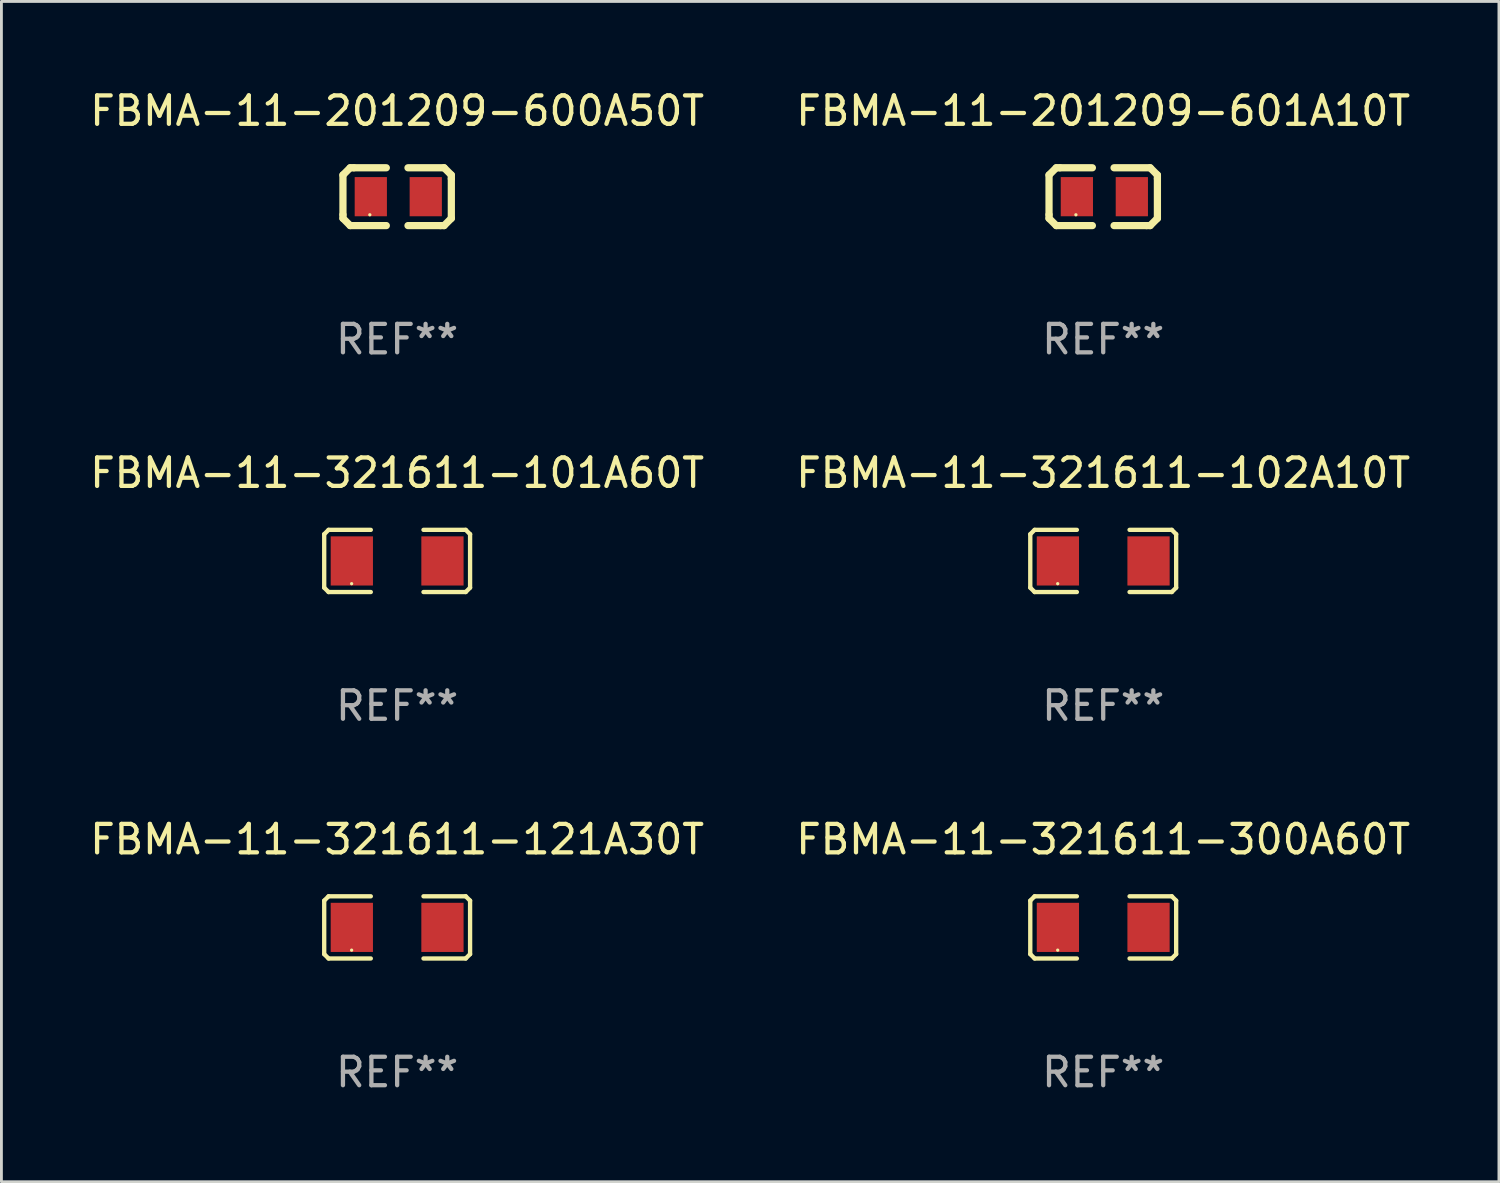
<source format=kicad_pcb>
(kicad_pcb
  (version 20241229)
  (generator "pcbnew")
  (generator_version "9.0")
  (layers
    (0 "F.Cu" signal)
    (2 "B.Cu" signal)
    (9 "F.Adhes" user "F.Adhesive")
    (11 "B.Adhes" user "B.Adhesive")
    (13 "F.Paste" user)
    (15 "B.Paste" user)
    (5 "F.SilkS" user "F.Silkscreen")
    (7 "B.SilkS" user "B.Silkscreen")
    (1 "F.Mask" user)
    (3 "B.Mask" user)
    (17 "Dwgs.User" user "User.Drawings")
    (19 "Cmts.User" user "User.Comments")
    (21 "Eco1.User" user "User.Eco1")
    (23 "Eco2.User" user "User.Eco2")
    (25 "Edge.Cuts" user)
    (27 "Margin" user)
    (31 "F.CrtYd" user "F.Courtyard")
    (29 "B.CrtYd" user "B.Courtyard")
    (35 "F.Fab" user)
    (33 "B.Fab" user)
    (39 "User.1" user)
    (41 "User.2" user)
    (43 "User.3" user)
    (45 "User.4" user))
  (footprint "FBMA-11-201209-600A50T"
    (layer "F.Cu")
    (at 10.911 3.864)
    (property "Reference" "FBMA-11-201209-600A50T" (at 0 -3.016 0) (layer "F.SilkS") (effects (font (size 1 1) (thickness 0.15))))
    (attr through_hole)
    (fp_line (start -1.905 -0.762) (end -1.905 0.635) (stroke (width 0.254) (type solid)) (layer "F.SilkS"))
    (fp_line (start -1.905 0.635) (end -1.905 0.762) (stroke (width 0.254) (type solid)) (layer "F.SilkS"))
    (fp_line (start -1.905 0.762) (end -1.651 1.016) (stroke (width 0.254) (type solid)) (layer "F.SilkS"))
    (fp_line (start -1.651 -1.016) (end -1.905 -0.762) (stroke (width 0.254) (type solid)) (layer "F.SilkS"))
    (fp_line (start -1.651 1.016) (end -0.381 1.016) (stroke (width 0.254) (type solid)) (layer "F.SilkS"))
    (fp_line (start -1.524 -1.016) (end -1.651 -1.016) (stroke (width 0.254) (type solid)) (layer "F.SilkS"))
    (fp_line (start -0.381 -1.016) (end -1.524 -1.016) (stroke (width 0.254) (type solid)) (layer "F.SilkS"))
    (fp_line (start 0.381 1.016) (end 1.524 1.016) (stroke (width 0.254) (type solid)) (layer "F.SilkS"))
    (fp_line (start 1.524 1.016) (end 1.651 1.016) (stroke (width 0.254) (type solid)) (layer "F.SilkS"))
    (fp_line (start 1.651 -1.016) (end 0.381 -1.016) (stroke (width 0.254) (type solid)) (layer "F.SilkS"))
    (fp_line (start 1.651 1.016) (end 1.905 0.762) (stroke (width 0.254) (type solid)) (layer "F.SilkS"))
    (fp_line (start 1.905 -0.762) (end 1.651 -1.016) (stroke (width 0.254) (type solid)) (layer "F.SilkS"))
    (fp_line (start 1.905 -0.635) (end 1.905 -0.762) (stroke (width 0.254) (type solid)) (layer "F.SilkS"))
    (fp_line (start 1.905 0.762) (end 1.905 -0.635) (stroke (width 0.254) (type solid)) (layer "F.SilkS"))
    (fp_circle (center -0.96 0.637) (end -0.93 0.637) (stroke (width 0.06) (type solid)) (fill no) (layer "F.SilkS"))
    (fp_text user "REF**" (at 0 5.016 0) (layer "F.Fab") (effects (font (size 1 1) (thickness 0.15))))
    (pad "1" smd rect (at -0.926 -0.000051) (size 1.133 1.377) (layers "F.Cu" "F.Mask" "F.Paste"))
    (pad "2" smd rect (at 1.006 -0.000051) (size 1.133 1.377) (layers "F.Cu" "F.Mask" "F.Paste")))
  (footprint "FBMA-11-201209-601A10T"
    (layer "F.Cu")
    (at 35.732 3.864)
    (property "Reference" "FBMA-11-201209-601A10T" (at 0 -3.016 0) (layer "F.SilkS") (effects (font (size 1 1) (thickness 0.15))))
    (attr through_hole)
    (fp_line (start -1.905 -0.762) (end -1.905 0.635) (stroke (width 0.254) (type solid)) (layer "F.SilkS"))
    (fp_line (start -1.905 0.635) (end -1.905 0.762) (stroke (width 0.254) (type solid)) (layer "F.SilkS"))
    (fp_line (start -1.905 0.762) (end -1.651 1.016) (stroke (width 0.254) (type solid)) (layer "F.SilkS"))
    (fp_line (start -1.651 -1.016) (end -1.905 -0.762) (stroke (width 0.254) (type solid)) (layer "F.SilkS"))
    (fp_line (start -1.651 1.016) (end -0.381 1.016) (stroke (width 0.254) (type solid)) (layer "F.SilkS"))
    (fp_line (start -1.524 -1.016) (end -1.651 -1.016) (stroke (width 0.254) (type solid)) (layer "F.SilkS"))
    (fp_line (start -0.381 -1.016) (end -1.524 -1.016) (stroke (width 0.254) (type solid)) (layer "F.SilkS"))
    (fp_line (start 0.381 1.016) (end 1.524 1.016) (stroke (width 0.254) (type solid)) (layer "F.SilkS"))
    (fp_line (start 1.524 1.016) (end 1.651 1.016) (stroke (width 0.254) (type solid)) (layer "F.SilkS"))
    (fp_line (start 1.651 -1.016) (end 0.381 -1.016) (stroke (width 0.254) (type solid)) (layer "F.SilkS"))
    (fp_line (start 1.651 1.016) (end 1.905 0.762) (stroke (width 0.254) (type solid)) (layer "F.SilkS"))
    (fp_line (start 1.905 -0.762) (end 1.651 -1.016) (stroke (width 0.254) (type solid)) (layer "F.SilkS"))
    (fp_line (start 1.905 -0.635) (end 1.905 -0.762) (stroke (width 0.254) (type solid)) (layer "F.SilkS"))
    (fp_line (start 1.905 0.762) (end 1.905 -0.635) (stroke (width 0.254) (type solid)) (layer "F.SilkS"))
    (fp_circle (center -0.96 0.637) (end -0.93 0.637) (stroke (width 0.06) (type solid)) (fill no) (layer "F.SilkS"))
    (fp_text user "REF**" (at 0 5.016 0) (layer "F.Fab") (effects (font (size 1 1) (thickness 0.15))))
    (pad "1" smd rect (at -0.926 -0.000051) (size 1.133 1.377) (layers "F.Cu" "F.Mask" "F.Paste"))
    (pad "2" smd rect (at 1.006 -0.000051) (size 1.133 1.377) (layers "F.Cu" "F.Mask" "F.Paste")))
  (footprint "FBMA-11-321611-121A30T"
    (layer "F.Cu")
    (at 10.911 29.551)
    (property "Reference" "FBMA-11-321611-121A30T" (at 0 -3.093 0) (layer "F.SilkS") (effects (font (size 1 1) (thickness 0.15))))
    (attr through_hole)
    (fp_line (start -2.564 -0.94) (end -2.411 -1.093) (stroke (width 0.152) (type solid)) (layer "F.SilkS"))
    (fp_line (start -2.564 0.94) (end -2.564 -0.94) (stroke (width 0.152) (type solid)) (layer "F.SilkS"))
    (fp_line (start -2.411 -1.093) (end -0.926 -1.093) (stroke (width 0.152) (type solid)) (layer "F.SilkS"))
    (fp_line (start -2.411 1.093) (end -2.564 0.94) (stroke (width 0.152) (type solid)) (layer "F.SilkS"))
    (fp_line (start -0.926 1.093) (end -2.411 1.093) (stroke (width 0.152) (type solid)) (layer "F.SilkS"))
    (fp_line (start 0.926 1.093) (end 2.411 1.093) (stroke (width 0.152) (type solid)) (layer "F.SilkS"))
    (fp_line (start 2.411 -1.093) (end 0.926 -1.093) (stroke (width 0.152) (type solid)) (layer "F.SilkS"))
    (fp_line (start 2.411 1.093) (end 2.564 0.94) (stroke (width 0.152) (type solid)) (layer "F.SilkS"))
    (fp_line (start 2.564 -0.94) (end 2.411 -1.093) (stroke (width 0.152) (type solid)) (layer "F.SilkS"))
    (fp_line (start 2.564 0.94) (end 2.564 -0.94) (stroke (width 0.152) (type solid)) (layer "F.SilkS"))
    (fp_circle (center -1.6 0.8) (end -1.57 0.8) (stroke (width 0.06) (type solid)) (fill no) (layer "F.SilkS"))
    (fp_text user "REF**" (at 0 5.093 0) (layer "F.Fab") (effects (font (size 1 1) (thickness 0.15))))
    (pad "1" smd rect (at -1.593 0) (size 1.485 1.728) (layers "F.Cu" "F.Mask" "F.Paste"))
    (pad "2" smd rect (at 1.593 0) (size 1.485 1.728) (layers "F.Cu" "F.Mask" "F.Paste")))
  (footprint "FBMA-11-321611-101A60T"
    (layer "F.Cu")
    (at 10.911 16.669)
    (property "Reference" "FBMA-11-321611-101A60T" (at 0 -3.093 0) (layer "F.SilkS") (effects (font (size 1 1) (thickness 0.15))))
    (attr through_hole)
    (fp_line (start -2.564 -0.94) (end -2.411 -1.093) (stroke (width 0.152) (type solid)) (layer "F.SilkS"))
    (fp_line (start -2.564 0.94) (end -2.564 -0.94) (stroke (width 0.152) (type solid)) (layer "F.SilkS"))
    (fp_line (start -2.411 -1.093) (end -0.926 -1.093) (stroke (width 0.152) (type solid)) (layer "F.SilkS"))
    (fp_line (start -2.411 1.093) (end -2.564 0.94) (stroke (width 0.152) (type solid)) (layer "F.SilkS"))
    (fp_line (start -0.926 1.093) (end -2.411 1.093) (stroke (width 0.152) (type solid)) (layer "F.SilkS"))
    (fp_line (start 0.926 1.093) (end 2.411 1.093) (stroke (width 0.152) (type solid)) (layer "F.SilkS"))
    (fp_line (start 2.411 -1.093) (end 0.926 -1.093) (stroke (width 0.152) (type solid)) (layer "F.SilkS"))
    (fp_line (start 2.411 1.093) (end 2.564 0.94) (stroke (width 0.152) (type solid)) (layer "F.SilkS"))
    (fp_line (start 2.564 -0.94) (end 2.411 -1.093) (stroke (width 0.152) (type solid)) (layer "F.SilkS"))
    (fp_line (start 2.564 0.94) (end 2.564 -0.94) (stroke (width 0.152) (type solid)) (layer "F.SilkS"))
    (fp_circle (center -1.6 0.8) (end -1.57 0.8) (stroke (width 0.06) (type solid)) (fill no) (layer "F.SilkS"))
    (fp_text user "REF**" (at 0 5.093 0) (layer "F.Fab") (effects (font (size 1 1) (thickness 0.15))))
    (pad "1" smd rect (at -1.593 0) (size 1.485 1.728) (layers "F.Cu" "F.Mask" "F.Paste"))
    (pad "2" smd rect (at 1.593 0) (size 1.485 1.728) (layers "F.Cu" "F.Mask" "F.Paste")))
  (footprint "FBMA-11-321611-300A60T"
    (layer "F.Cu")
    (at 35.732 29.551)
    (property "Reference" "FBMA-11-321611-300A60T" (at 0 -3.093 0) (layer "F.SilkS") (effects (font (size 1 1) (thickness 0.15))))
    (attr through_hole)
    (fp_line (start -2.564 -0.94) (end -2.411 -1.093) (stroke (width 0.152) (type solid)) (layer "F.SilkS"))
    (fp_line (start -2.564 0.94) (end -2.564 -0.94) (stroke (width 0.152) (type solid)) (layer "F.SilkS"))
    (fp_line (start -2.411 -1.093) (end -0.926 -1.093) (stroke (width 0.152) (type solid)) (layer "F.SilkS"))
    (fp_line (start -2.411 1.093) (end -2.564 0.94) (stroke (width 0.152) (type solid)) (layer "F.SilkS"))
    (fp_line (start -0.926 1.093) (end -2.411 1.093) (stroke (width 0.152) (type solid)) (layer "F.SilkS"))
    (fp_line (start 0.926 1.093) (end 2.411 1.093) (stroke (width 0.152) (type solid)) (layer "F.SilkS"))
    (fp_line (start 2.411 -1.093) (end 0.926 -1.093) (stroke (width 0.152) (type solid)) (layer "F.SilkS"))
    (fp_line (start 2.411 1.093) (end 2.564 0.94) (stroke (width 0.152) (type solid)) (layer "F.SilkS"))
    (fp_line (start 2.564 -0.94) (end 2.411 -1.093) (stroke (width 0.152) (type solid)) (layer "F.SilkS"))
    (fp_line (start 2.564 0.94) (end 2.564 -0.94) (stroke (width 0.152) (type solid)) (layer "F.SilkS"))
    (fp_circle (center -1.6 0.8) (end -1.57 0.8) (stroke (width 0.06) (type solid)) (fill no) (layer "F.SilkS"))
    (fp_text user "REF**" (at 0 5.093 0) (layer "F.Fab") (effects (font (size 1 1) (thickness 0.15))))
    (pad "1" smd rect (at -1.593 0) (size 1.485 1.728) (layers "F.Cu" "F.Mask" "F.Paste"))
    (pad "2" smd rect (at 1.593 0) (size 1.485 1.728) (layers "F.Cu" "F.Mask" "F.Paste")))
  (footprint "FBMA-11-321611-102A10T"
    (layer "F.Cu")
    (at 35.732 16.669)
    (property "Reference" "FBMA-11-321611-102A10T" (at 0 -3.093 0) (layer "F.SilkS") (effects (font (size 1 1) (thickness 0.15))))
    (attr through_hole)
    (fp_line (start -2.564 -0.94) (end -2.411 -1.093) (stroke (width 0.152) (type solid)) (layer "F.SilkS"))
    (fp_line (start -2.564 0.94) (end -2.564 -0.94) (stroke (width 0.152) (type solid)) (layer "F.SilkS"))
    (fp_line (start -2.411 -1.093) (end -0.926 -1.093) (stroke (width 0.152) (type solid)) (layer "F.SilkS"))
    (fp_line (start -2.411 1.093) (end -2.564 0.94) (stroke (width 0.152) (type solid)) (layer "F.SilkS"))
    (fp_line (start -0.926 1.093) (end -2.411 1.093) (stroke (width 0.152) (type solid)) (layer "F.SilkS"))
    (fp_line (start 0.926 1.093) (end 2.411 1.093) (stroke (width 0.152) (type solid)) (layer "F.SilkS"))
    (fp_line (start 2.411 -1.093) (end 0.926 -1.093) (stroke (width 0.152) (type solid)) (layer "F.SilkS"))
    (fp_line (start 2.411 1.093) (end 2.564 0.94) (stroke (width 0.152) (type solid)) (layer "F.SilkS"))
    (fp_line (start 2.564 -0.94) (end 2.411 -1.093) (stroke (width 0.152) (type solid)) (layer "F.SilkS"))
    (fp_line (start 2.564 0.94) (end 2.564 -0.94) (stroke (width 0.152) (type solid)) (layer "F.SilkS"))
    (fp_circle (center -1.6 0.8) (end -1.57 0.8) (stroke (width 0.06) (type solid)) (fill no) (layer "F.SilkS"))
    (fp_text user "REF**" (at 0 5.093 0) (layer "F.Fab") (effects (font (size 1 1) (thickness 0.15))))
    (pad "1" smd rect (at -1.593 0) (size 1.485 1.728) (layers "F.Cu" "F.Mask" "F.Paste"))
    (pad "2" smd rect (at 1.593 0) (size 1.485 1.728) (layers "F.Cu" "F.Mask" "F.Paste")))
  (gr_rect
    (start -3 -3)
    (end 49.643 38.492)
    (stroke (width 0.1) (type default))
    (fill no)
    (layer "Edge.Cuts")))
</source>
